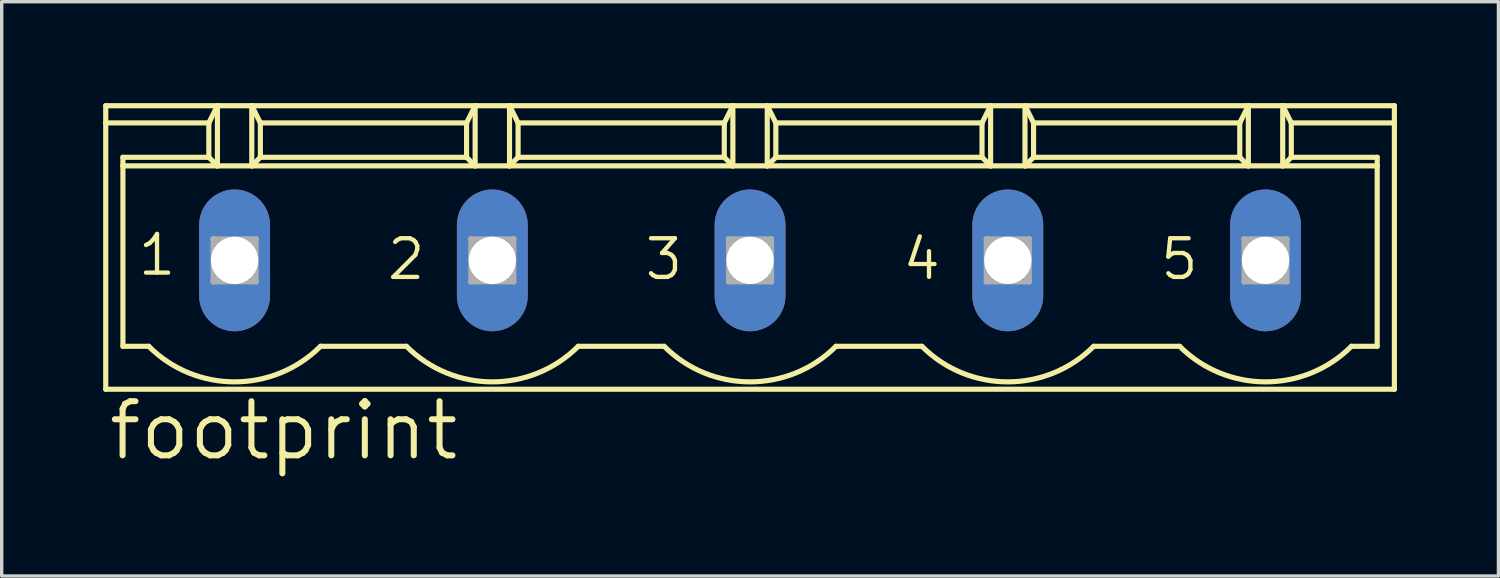
<source format=kicad_pcb>
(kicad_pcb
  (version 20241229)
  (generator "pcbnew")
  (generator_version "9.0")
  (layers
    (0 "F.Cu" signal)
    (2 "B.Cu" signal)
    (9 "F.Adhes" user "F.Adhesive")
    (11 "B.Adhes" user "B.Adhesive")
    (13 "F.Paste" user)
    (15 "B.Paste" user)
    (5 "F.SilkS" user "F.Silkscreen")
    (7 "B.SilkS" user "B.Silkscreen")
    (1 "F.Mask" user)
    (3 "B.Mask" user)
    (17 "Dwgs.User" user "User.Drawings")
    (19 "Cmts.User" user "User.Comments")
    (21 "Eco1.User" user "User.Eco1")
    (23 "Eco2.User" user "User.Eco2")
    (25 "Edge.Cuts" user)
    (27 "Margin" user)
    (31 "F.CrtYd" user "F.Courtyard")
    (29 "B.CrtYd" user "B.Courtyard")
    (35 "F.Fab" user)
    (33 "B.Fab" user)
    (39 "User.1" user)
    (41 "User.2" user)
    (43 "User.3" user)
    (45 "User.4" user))
  (footprint "footprint"
    (layer "F.Cu")
    (at 19.126 4.648)
    (property "Reference" "footprint" (at -19.05 5.969 0) (layer "F.SilkS") (effects (font (size 1.6 1.6) (thickness 0.178)) (justify left bottom)))
    (fp_line (start -19.05 -4.572) (end -15.748 -4.572) (stroke (width 0.152) (type solid)) (layer "F.SilkS"))
    (fp_line (start -19.05 -4.064) (end -19.05 -4.572) (stroke (width 0.152) (type solid)) (layer "F.SilkS"))
    (fp_line (start -19.05 -4.064) (end -16.002 -4.064) (stroke (width 0.152) (type solid)) (layer "F.SilkS"))
    (fp_line (start -19.05 3.81) (end -19.05 -4.064) (stroke (width 0.152) (type solid)) (layer "F.SilkS"))
    (fp_line (start -18.542 -3.048) (end -16.002 -3.048) (stroke (width 0.152) (type solid)) (layer "F.SilkS"))
    (fp_line (start -18.542 -2.794) (end -18.542 -3.048) (stroke (width 0.152) (type solid)) (layer "F.SilkS"))
    (fp_line (start -18.542 -2.794) (end -15.748 -2.794) (stroke (width 0.152) (type solid)) (layer "F.SilkS"))
    (fp_line (start -18.542 2.54) (end -18.542 -2.794) (stroke (width 0.152) (type solid)) (layer "F.SilkS"))
    (fp_line (start -17.78 2.54) (end -18.542 2.54) (stroke (width 0.152) (type solid)) (layer "F.SilkS"))
    (fp_line (start -16.002 -4.064) (end -15.748 -4.572) (stroke (width 0.152) (type solid)) (layer "F.SilkS"))
    (fp_line (start -16.002 -3.048) (end -16.002 -4.064) (stroke (width 0.152) (type solid)) (layer "F.SilkS"))
    (fp_line (start -16.002 -3.048) (end -15.748 -2.794) (stroke (width 0.152) (type solid)) (layer "F.SilkS"))
    (fp_line (start -15.748 -4.572) (end -14.732 -4.572) (stroke (width 0.152) (type solid)) (layer "F.SilkS"))
    (fp_line (start -15.748 -2.794) (end -15.748 -4.572) (stroke (width 0.152) (type solid)) (layer "F.SilkS"))
    (fp_line (start -15.748 -2.794) (end -14.732 -2.794) (stroke (width 0.152) (type solid)) (layer "F.SilkS"))
    (fp_line (start -14.732 -4.572) (end -14.478 -4.064) (stroke (width 0.152) (type solid)) (layer "F.SilkS"))
    (fp_line (start -14.732 -4.572) (end -8.128 -4.572) (stroke (width 0.152) (type solid)) (layer "F.SilkS"))
    (fp_line (start -14.732 -2.794) (end -14.732 -4.572) (stroke (width 0.152) (type solid)) (layer "F.SilkS"))
    (fp_line (start -14.732 -2.794) (end -8.128 -2.794) (stroke (width 0.152) (type solid)) (layer "F.SilkS"))
    (fp_line (start -14.478 -4.064) (end -14.478 -3.048) (stroke (width 0.152) (type solid)) (layer "F.SilkS"))
    (fp_line (start -14.478 -4.064) (end -8.382 -4.064) (stroke (width 0.152) (type solid)) (layer "F.SilkS"))
    (fp_line (start -14.478 -3.048) (end -14.732 -2.794) (stroke (width 0.152) (type solid)) (layer "F.SilkS"))
    (fp_line (start -10.16 2.54) (end -12.7 2.54) (stroke (width 0.152) (type solid)) (layer "F.SilkS"))
    (fp_line (start -8.382 -4.064) (end -8.382 -3.048) (stroke (width 0.152) (type solid)) (layer "F.SilkS"))
    (fp_line (start -8.382 -4.064) (end -8.128 -4.572) (stroke (width 0.152) (type solid)) (layer "F.SilkS"))
    (fp_line (start -8.382 -3.048) (end -14.478 -3.048) (stroke (width 0.152) (type solid)) (layer "F.SilkS"))
    (fp_line (start -8.382 -3.048) (end -8.128 -2.794) (stroke (width 0.152) (type solid)) (layer "F.SilkS"))
    (fp_line (start -8.128 -4.572) (end -7.112 -4.572) (stroke (width 0.152) (type solid)) (layer "F.SilkS"))
    (fp_line (start -8.128 -2.794) (end -8.128 -4.572) (stroke (width 0.152) (type solid)) (layer "F.SilkS"))
    (fp_line (start -8.128 -2.794) (end -7.112 -2.794) (stroke (width 0.152) (type solid)) (layer "F.SilkS"))
    (fp_line (start -7.112 -4.572) (end -6.858 -4.064) (stroke (width 0.152) (type solid)) (layer "F.SilkS"))
    (fp_line (start -7.112 -4.572) (end -0.508 -4.572) (stroke (width 0.152) (type solid)) (layer "F.SilkS"))
    (fp_line (start -7.112 -2.794) (end -7.112 -4.572) (stroke (width 0.152) (type solid)) (layer "F.SilkS"))
    (fp_line (start -7.112 -2.794) (end -0.508 -2.794) (stroke (width 0.152) (type solid)) (layer "F.SilkS"))
    (fp_line (start -6.858 -4.064) (end -6.858 -3.048) (stroke (width 0.152) (type solid)) (layer "F.SilkS"))
    (fp_line (start -6.858 -4.064) (end -0.762 -4.064) (stroke (width 0.152) (type solid)) (layer "F.SilkS"))
    (fp_line (start -6.858 -3.048) (end -7.112 -2.794) (stroke (width 0.152) (type solid)) (layer "F.SilkS"))
    (fp_line (start -6.858 -3.048) (end -0.762 -3.048) (stroke (width 0.152) (type solid)) (layer "F.SilkS"))
    (fp_line (start -2.54 2.54) (end -5.08 2.54) (stroke (width 0.152) (type solid)) (layer "F.SilkS"))
    (fp_line (start -0.762 -4.064) (end -0.508 -4.572) (stroke (width 0.152) (type solid)) (layer "F.SilkS"))
    (fp_line (start -0.762 -3.048) (end -0.762 -4.064) (stroke (width 0.152) (type solid)) (layer "F.SilkS"))
    (fp_line (start -0.762 -3.048) (end -0.508 -2.794) (stroke (width 0.152) (type solid)) (layer "F.SilkS"))
    (fp_line (start -0.508 -4.572) (end 0.508 -4.572) (stroke (width 0.152) (type solid)) (layer "F.SilkS"))
    (fp_line (start -0.508 -2.794) (end -0.508 -4.572) (stroke (width 0.152) (type solid)) (layer "F.SilkS"))
    (fp_line (start -0.508 -2.794) (end 0.508 -2.794) (stroke (width 0.152) (type solid)) (layer "F.SilkS"))
    (fp_line (start 0.508 -4.572) (end 0.762 -4.064) (stroke (width 0.152) (type solid)) (layer "F.SilkS"))
    (fp_line (start 0.508 -4.572) (end 7.112 -4.572) (stroke (width 0.152) (type solid)) (layer "F.SilkS"))
    (fp_line (start 0.508 -2.794) (end 0.508 -4.572) (stroke (width 0.152) (type solid)) (layer "F.SilkS"))
    (fp_line (start 0.508 -2.794) (end 7.112 -2.794) (stroke (width 0.152) (type solid)) (layer "F.SilkS"))
    (fp_line (start 0.762 -4.064) (end 0.762 -3.048) (stroke (width 0.152) (type solid)) (layer "F.SilkS"))
    (fp_line (start 0.762 -4.064) (end 6.858 -4.064) (stroke (width 0.152) (type solid)) (layer "F.SilkS"))
    (fp_line (start 0.762 -3.048) (end 0.508 -2.794) (stroke (width 0.152) (type solid)) (layer "F.SilkS"))
    (fp_line (start 5.08 2.54) (end 2.54 2.54) (stroke (width 0.152) (type solid)) (layer "F.SilkS"))
    (fp_line (start 6.858 -4.064) (end 6.858 -3.048) (stroke (width 0.152) (type solid)) (layer "F.SilkS"))
    (fp_line (start 6.858 -4.064) (end 7.112 -4.572) (stroke (width 0.152) (type solid)) (layer "F.SilkS"))
    (fp_line (start 6.858 -3.048) (end 0.762 -3.048) (stroke (width 0.152) (type solid)) (layer "F.SilkS"))
    (fp_line (start 6.858 -3.048) (end 7.112 -2.794) (stroke (width 0.152) (type solid)) (layer "F.SilkS"))
    (fp_line (start 7.112 -4.572) (end 8.128 -4.572) (stroke (width 0.152) (type solid)) (layer "F.SilkS"))
    (fp_line (start 7.112 -2.794) (end 7.112 -4.572) (stroke (width 0.152) (type solid)) (layer "F.SilkS"))
    (fp_line (start 7.112 -2.794) (end 8.128 -2.794) (stroke (width 0.152) (type solid)) (layer "F.SilkS"))
    (fp_line (start 8.128 -4.572) (end 8.382 -4.064) (stroke (width 0.152) (type solid)) (layer "F.SilkS"))
    (fp_line (start 8.128 -4.572) (end 14.732 -4.572) (stroke (width 0.152) (type solid)) (layer "F.SilkS"))
    (fp_line (start 8.128 -2.794) (end 8.128 -4.572) (stroke (width 0.152) (type solid)) (layer "F.SilkS"))
    (fp_line (start 8.128 -2.794) (end 14.732 -2.794) (stroke (width 0.152) (type solid)) (layer "F.SilkS"))
    (fp_line (start 8.382 -4.064) (end 8.382 -3.048) (stroke (width 0.152) (type solid)) (layer "F.SilkS"))
    (fp_line (start 8.382 -4.064) (end 14.478 -4.064) (stroke (width 0.152) (type solid)) (layer "F.SilkS"))
    (fp_line (start 8.382 -3.048) (end 8.128 -2.794) (stroke (width 0.152) (type solid)) (layer "F.SilkS"))
    (fp_line (start 8.382 -3.048) (end 14.478 -3.048) (stroke (width 0.152) (type solid)) (layer "F.SilkS"))
    (fp_line (start 12.7 2.54) (end 10.16 2.54) (stroke (width 0.152) (type solid)) (layer "F.SilkS"))
    (fp_line (start 14.478 -4.064) (end 14.478 -3.048) (stroke (width 0.152) (type solid)) (layer "F.SilkS"))
    (fp_line (start 14.478 -4.064) (end 14.732 -4.572) (stroke (width 0.152) (type solid)) (layer "F.SilkS"))
    (fp_line (start 14.478 -3.048) (end 14.732 -2.794) (stroke (width 0.152) (type solid)) (layer "F.SilkS"))
    (fp_line (start 14.732 -4.572) (end 15.748 -4.572) (stroke (width 0.152) (type solid)) (layer "F.SilkS"))
    (fp_line (start 14.732 -2.794) (end 14.732 -4.572) (stroke (width 0.152) (type solid)) (layer "F.SilkS"))
    (fp_line (start 14.732 -2.794) (end 15.748 -2.794) (stroke (width 0.152) (type solid)) (layer "F.SilkS"))
    (fp_line (start 15.748 -4.572) (end 16.002 -4.064) (stroke (width 0.152) (type solid)) (layer "F.SilkS"))
    (fp_line (start 15.748 -4.572) (end 19.05 -4.572) (stroke (width 0.152) (type solid)) (layer "F.SilkS"))
    (fp_line (start 15.748 -2.794) (end 15.748 -4.572) (stroke (width 0.152) (type solid)) (layer "F.SilkS"))
    (fp_line (start 15.748 -2.794) (end 18.542 -2.794) (stroke (width 0.152) (type solid)) (layer "F.SilkS"))
    (fp_line (start 16.002 -4.064) (end 16.002 -3.048) (stroke (width 0.152) (type solid)) (layer "F.SilkS"))
    (fp_line (start 16.002 -4.064) (end 19.05 -4.064) (stroke (width 0.152) (type solid)) (layer "F.SilkS"))
    (fp_line (start 16.002 -3.048) (end 15.748 -2.794) (stroke (width 0.152) (type solid)) (layer "F.SilkS"))
    (fp_line (start 16.002 -3.048) (end 18.542 -3.048) (stroke (width 0.152) (type solid)) (layer "F.SilkS"))
    (fp_line (start 18.542 -3.048) (end 18.542 -2.794) (stroke (width 0.152) (type solid)) (layer "F.SilkS"))
    (fp_line (start 18.542 -2.794) (end 18.542 2.54) (stroke (width 0.152) (type solid)) (layer "F.SilkS"))
    (fp_line (start 18.542 2.54) (end 17.78 2.54) (stroke (width 0.152) (type solid)) (layer "F.SilkS"))
    (fp_line (start 19.05 -4.064) (end 19.05 -4.572) (stroke (width 0.152) (type solid)) (layer "F.SilkS"))
    (fp_line (start 19.05 3.81) (end -19.05 3.81) (stroke (width 0.152) (type solid)) (layer "F.SilkS"))
    (fp_line (start 19.05 3.81) (end 19.05 -4.064) (stroke (width 0.152) (type solid)) (layer "F.SilkS"))
    (fp_arc (start -12.7 2.54) (mid -15.24 3.592102) (end -17.78 2.54) (stroke (width 0.1524) (type solid)) (layer "F.SilkS"))
    (fp_arc (start -5.08 2.54) (mid -7.62 3.592102) (end -10.16 2.54) (stroke (width 0.1524) (type solid)) (layer "F.SilkS"))
    (fp_arc (start 2.54 2.54) (mid 0 3.592102) (end -2.54 2.54) (stroke (width 0.1524) (type solid)) (layer "F.SilkS"))
    (fp_arc (start 10.16 2.54) (mid 7.62 3.592102) (end 5.08 2.54) (stroke (width 0.1524) (type solid)) (layer "F.SilkS"))
    (fp_arc (start 17.78 2.54) (mid 15.24 3.592102) (end 12.7 2.54) (stroke (width 0.1524) (type solid)) (layer "F.SilkS"))
    (fp_line (start -15.875 -0.635) (end -15.875 0.635) (stroke (width 0.152) (type solid)) (layer "F.Fab"))
    (fp_line (start -15.875 -0.635) (end -14.605 0.635) (stroke (width 0.152) (type solid)) (layer "F.Fab"))
    (fp_line (start -15.875 0.635) (end -14.605 -0.635) (stroke (width 0.152) (type solid)) (layer "F.Fab"))
    (fp_line (start -15.875 0.635) (end -14.605 0.635) (stroke (width 0.152) (type solid)) (layer "F.Fab"))
    (fp_line (start -14.605 -0.635) (end -15.875 -0.635) (stroke (width 0.152) (type solid)) (layer "F.Fab"))
    (fp_line (start -14.605 0.635) (end -14.605 -0.635) (stroke (width 0.152) (type solid)) (layer "F.Fab"))
    (fp_line (start -8.255 -0.635) (end -8.255 0.635) (stroke (width 0.152) (type solid)) (layer "F.Fab"))
    (fp_line (start -8.255 -0.635) (end -6.985 0.635) (stroke (width 0.152) (type solid)) (layer "F.Fab"))
    (fp_line (start -8.255 0.635) (end -6.985 -0.635) (stroke (width 0.152) (type solid)) (layer "F.Fab"))
    (fp_line (start -8.255 0.635) (end -6.985 0.635) (stroke (width 0.152) (type solid)) (layer "F.Fab"))
    (fp_line (start -6.985 -0.635) (end -8.255 -0.635) (stroke (width 0.152) (type solid)) (layer "F.Fab"))
    (fp_line (start -6.985 0.635) (end -6.985 -0.635) (stroke (width 0.152) (type solid)) (layer "F.Fab"))
    (fp_line (start -0.635 -0.635) (end -0.635 0.635) (stroke (width 0.152) (type solid)) (layer "F.Fab"))
    (fp_line (start -0.635 -0.635) (end 0.635 0.635) (stroke (width 0.152) (type solid)) (layer "F.Fab"))
    (fp_line (start -0.635 0.635) (end 0.635 -0.635) (stroke (width 0.152) (type solid)) (layer "F.Fab"))
    (fp_line (start -0.635 0.635) (end 0.635 0.635) (stroke (width 0.152) (type solid)) (layer "F.Fab"))
    (fp_line (start 0.635 -0.635) (end -0.635 -0.635) (stroke (width 0.152) (type solid)) (layer "F.Fab"))
    (fp_line (start 0.635 0.635) (end 0.635 -0.635) (stroke (width 0.152) (type solid)) (layer "F.Fab"))
    (fp_line (start 6.985 -0.635) (end 6.985 0.635) (stroke (width 0.152) (type solid)) (layer "F.Fab"))
    (fp_line (start 6.985 -0.635) (end 8.255 0.635) (stroke (width 0.152) (type solid)) (layer "F.Fab"))
    (fp_line (start 6.985 0.635) (end 8.255 -0.635) (stroke (width 0.152) (type solid)) (layer "F.Fab"))
    (fp_line (start 6.985 0.635) (end 8.255 0.635) (stroke (width 0.152) (type solid)) (layer "F.Fab"))
    (fp_line (start 8.255 -0.635) (end 6.985 -0.635) (stroke (width 0.152) (type solid)) (layer "F.Fab"))
    (fp_line (start 8.255 0.635) (end 8.255 -0.635) (stroke (width 0.152) (type solid)) (layer "F.Fab"))
    (fp_line (start 14.605 -0.635) (end 14.605 0.635) (stroke (width 0.152) (type solid)) (layer "F.Fab"))
    (fp_line (start 14.605 -0.635) (end 15.875 0.635) (stroke (width 0.152) (type solid)) (layer "F.Fab"))
    (fp_line (start 14.605 0.635) (end 15.875 -0.635) (stroke (width 0.152) (type solid)) (layer "F.Fab"))
    (fp_line (start 14.605 0.635) (end 15.875 0.635) (stroke (width 0.152) (type solid)) (layer "F.Fab"))
    (fp_line (start 15.875 -0.635) (end 14.605 -0.635) (stroke (width 0.152) (type solid)) (layer "F.Fab"))
    (fp_line (start 15.875 0.635) (end 15.875 -0.635) (stroke (width 0.152) (type solid)) (layer "F.Fab"))
    (fp_text user "4" (at 4.445 0.635 0) (layer "F.SilkS") (effects (font (size 1.143 1.143) (thickness 0.127)) (justify left bottom)))
    (fp_text user "1" (at -18.161 0.508 0) (layer "F.SilkS") (effects (font (size 1.143 1.143) (thickness 0.127)) (justify left bottom)))
    (fp_text user "5" (at 12.065 0.635 0) (layer "F.SilkS") (effects (font (size 1.143 1.143) (thickness 0.127)) (justify left bottom)))
    (fp_text user "2" (at -10.795 0.635 0) (layer "F.SilkS") (effects (font (size 1.143 1.143) (thickness 0.127)) (justify left bottom)))
    (fp_text user "3" (at -3.175 0.635 0) (layer "F.SilkS") (effects (font (size 1.143 1.143) (thickness 0.127)) (justify left bottom)))
    (pad "1" thru_hole oval (at -15.24 0 90) (size 4.191 2.095) (drill 1.397) (layers "*.Cu" "*.Mask"))
    (pad "2" thru_hole oval (at -7.62 0 90) (size 4.191 2.095) (drill 1.397) (layers "*.Cu" "*.Mask"))
    (pad "3" thru_hole oval (at 0 0 90) (size 4.191 2.095) (drill 1.397) (layers "*.Cu" "*.Mask"))
    (pad "4" thru_hole oval (at 7.62 0 90) (size 4.191 2.095) (drill 1.397) (layers "*.Cu" "*.Mask"))
    (pad "5" thru_hole oval (at 15.24 0 90) (size 4.191 2.095) (drill 1.397) (layers "*.Cu" "*.Mask")))
  (gr_rect
    (start -3 -3)
    (end 41.252 13.98)
    (stroke (width 0.1) (type default))
    (fill no)
    (layer "Edge.Cuts")))
</source>
